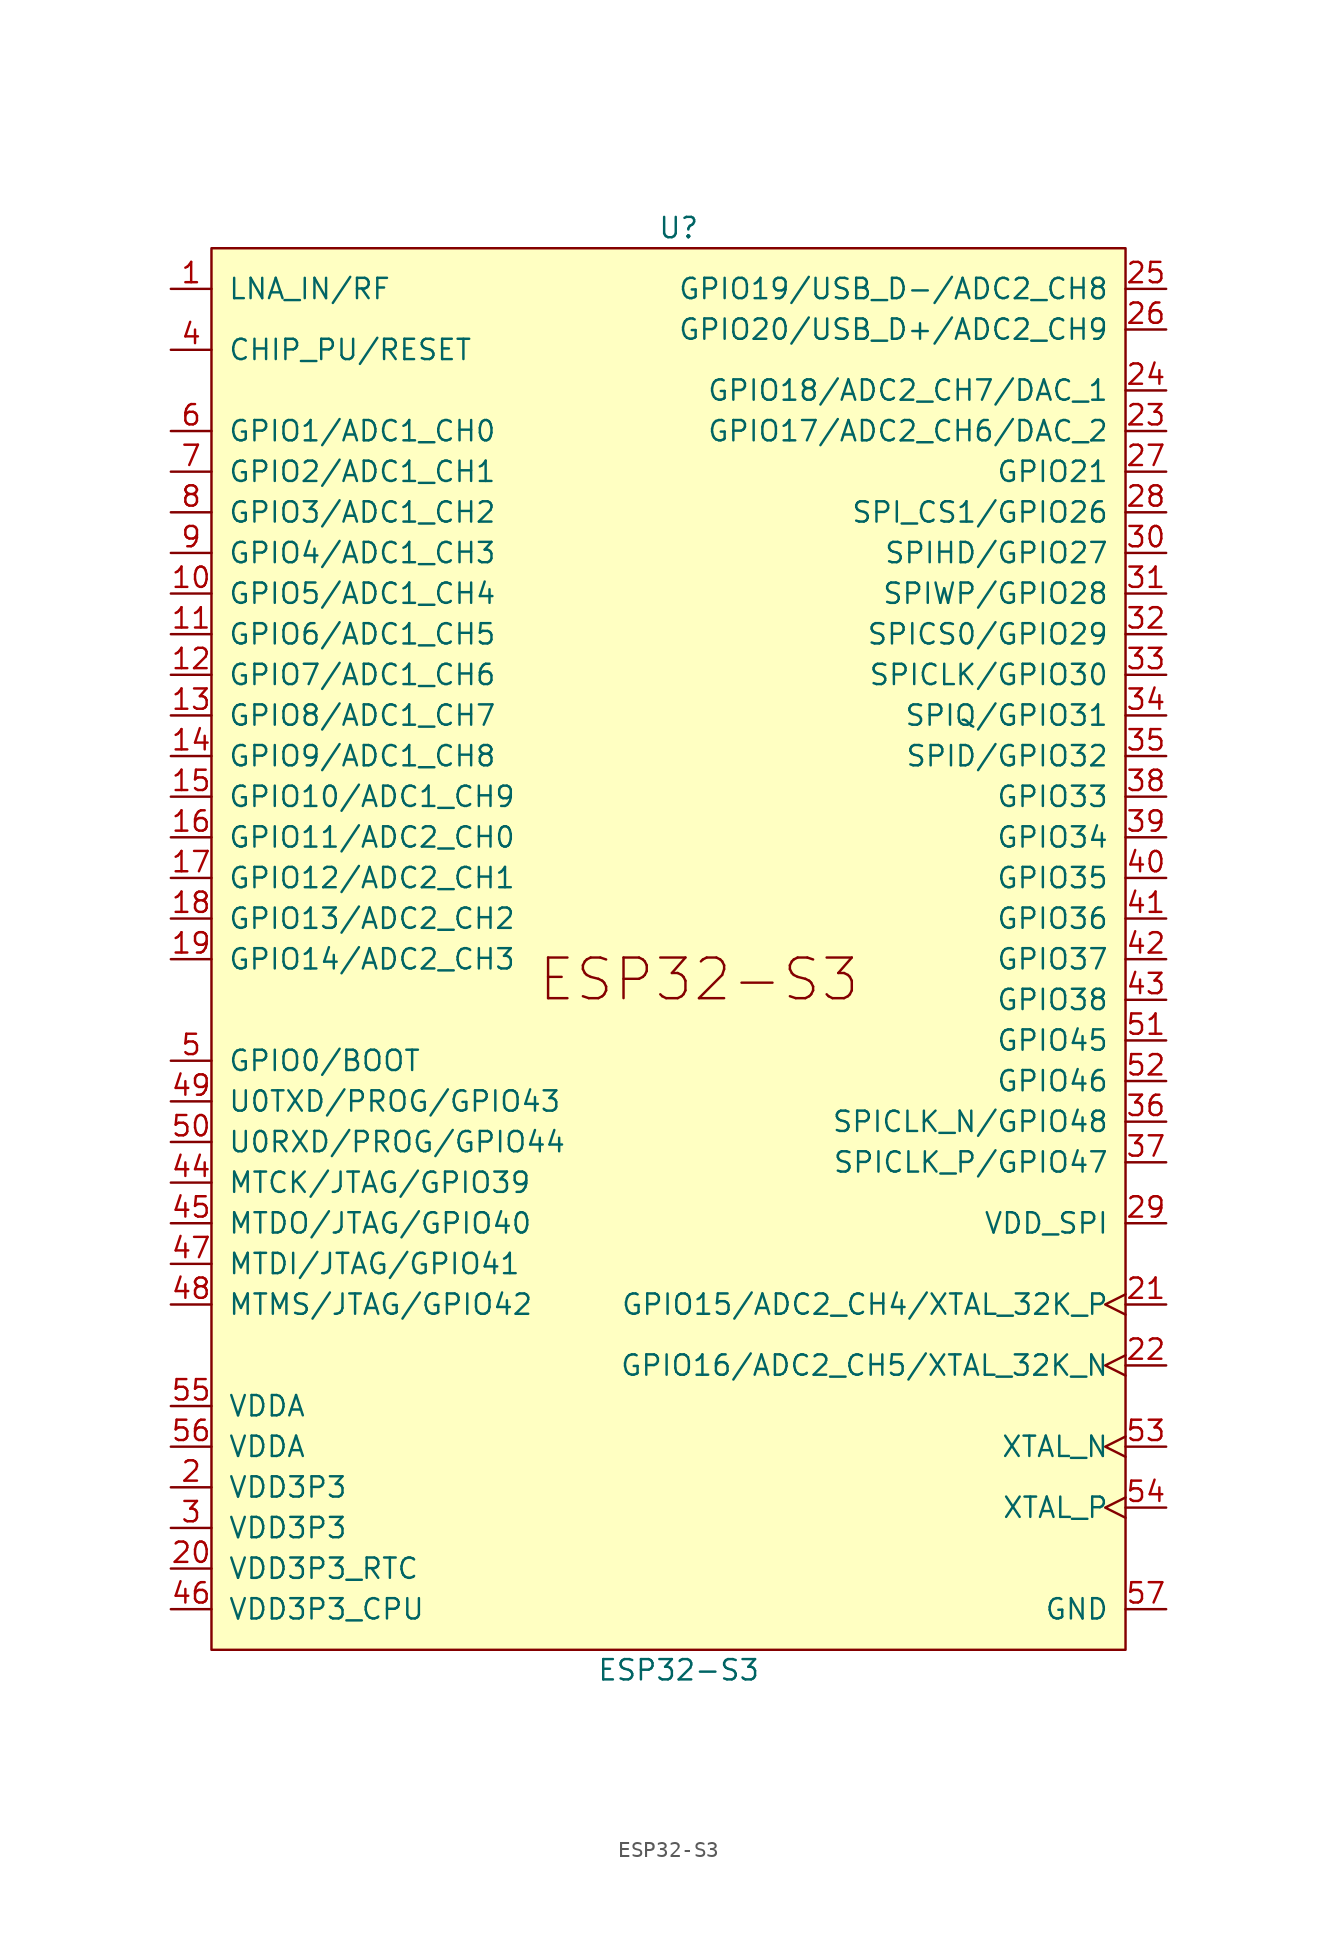
<source format=kicad_sym>
(kicad_symbol_lib
  (version 20211014)
  (generator kicad_symbol_editor)
  (symbol "ESP32-S3"
    (pin_names
      (offset 1.016))
    (property "Reference" "U"
      (at 0 46.99 0)
      (effects (font (size 1.27 1.27))))
    (property "Value" "ESP32-S3"
      (at 0 -43.18 0)
      (effects (font (size 1.27 1.27))))
    (symbol "ESP32-S3_0_0"
      (text "ESP32-S3" (at 1.27 0 0) (effects (font (size 2.54 2.54))))
      (pin bidirectional line (at 30.48 -8.89 180) (length 2.54) (name "SPICLK_N/GPIO48" (effects (font (size 1.27 1.27)))) (number "36" (effects (font (size 1.27 1.27)))))
      (pin bidirectional line (at 30.48 -11.43 180) (length 2.54) (name "SPICLK_P/GPIO47" (effects (font (size 1.27 1.27)))) (number "37" (effects (font (size 1.27 1.27))))))
    (symbol "ESP32-S3_0_1"
      (rectangle (start -29.21 45.72) (end 27.94 -41.91) (stroke (width 0) (type default) (color 0 0 0 0)) (fill (type background))))
    (symbol "ESP32-S3_1_1"
      (pin bidirectional line (at -31.75 43.18 0) (length 2.54) (name "LNA_IN/RF" (effects (font (size 1.27 1.27)))) (number "1" (effects (font (size 1.27 1.27)))))
      (pin bidirectional line (at -31.75 24.13 0) (length 2.54) (name "GPIO5/ADC1_CH4" (effects (font (size 1.27 1.27)))) (number "10" (effects (font (size 1.27 1.27)))))
      (pin bidirectional line (at -31.75 21.59 0) (length 2.54) (name "GPIO6/ADC1_CH5" (effects (font (size 1.27 1.27)))) (number "11" (effects (font (size 1.27 1.27)))))
      (pin bidirectional line (at -31.75 19.05 0) (length 2.54) (name "GPIO7/ADC1_CH6" (effects (font (size 1.27 1.27)))) (number "12" (effects (font (size 1.27 1.27)))))
      (pin bidirectional line (at -31.75 16.51 0) (length 2.54) (name "GPIO8/ADC1_CH7" (effects (font (size 1.27 1.27)))) (number "13" (effects (font (size 1.27 1.27)))))
      (pin bidirectional line (at -31.75 13.97 0) (length 2.54) (name "GPIO9/ADC1_CH8" (effects (font (size 1.27 1.27)))) (number "14" (effects (font (size 1.27 1.27)))))
      (pin bidirectional line (at -31.75 11.43 0) (length 2.54) (name "GPIO10/ADC1_CH9" (effects (font (size 1.27 1.27)))) (number "15" (effects (font (size 1.27 1.27)))))
      (pin bidirectional line (at -31.75 8.89 0) (length 2.54) (name "GPIO11/ADC2_CH0" (effects (font (size 1.27 1.27)))) (number "16" (effects (font (size 1.27 1.27)))))
      (pin bidirectional line (at -31.75 6.35 0) (length 2.54) (name "GPIO12/ADC2_CH1" (effects (font (size 1.27 1.27)))) (number "17" (effects (font (size 1.27 1.27)))))
      (pin bidirectional line (at -31.75 3.81 0) (length 2.54) (name "GPIO13/ADC2_CH2" (effects (font (size 1.27 1.27)))) (number "18" (effects (font (size 1.27 1.27)))))
      (pin bidirectional line (at -31.75 1.27 0) (length 2.54) (name "GPIO14/ADC2_CH3" (effects (font (size 1.27 1.27)))) (number "19" (effects (font (size 1.27 1.27)))))
      (pin power_in line (at -31.75 -31.75 0) (length 2.54) (name "VDD3P3" (effects (font (size 1.27 1.27)))) (number "2" (effects (font (size 1.27 1.27)))))
      (pin power_in line (at -31.75 -36.83 0) (length 2.54) (name "VDD3P3_RTC" (effects (font (size 1.27 1.27)))) (number "20" (effects (font (size 1.27 1.27)))))
      (pin input clock (at 30.48 -20.32 180) (length 2.54) (name "GPIO15/ADC2_CH4/XTAL_32K_P" (effects (font (size 1.27 1.27)))) (number "21" (effects (font (size 1.27 1.27)))))
      (pin output clock (at 30.48 -24.13 180) (length 2.54) (name "GPIO16/ADC2_CH5/XTAL_32K_N" (effects (font (size 1.27 1.27)))) (number "22" (effects (font (size 1.27 1.27)))))
      (pin bidirectional line (at 30.48 34.29 180) (length 2.54) (name "GPIO17/ADC2_CH6/DAC_2" (effects (font (size 1.27 1.27)))) (number "23" (effects (font (size 1.27 1.27)))))
      (pin bidirectional line (at 30.48 36.83 180) (length 2.54) (name "GPIO18/ADC2_CH7/DAC_1" (effects (font (size 1.27 1.27)))) (number "24" (effects (font (size 1.27 1.27)))))
      (pin bidirectional line (at 30.48 43.18 180) (length 2.54) (name "GPIO19/USB_D-/ADC2_CH8" (effects (font (size 1.27 1.27)))) (number "25" (effects (font (size 1.27 1.27)))))
      (pin bidirectional line (at 30.48 40.64 180) (length 2.54) (name "GPIO20/USB_D+/ADC2_CH9" (effects (font (size 1.27 1.27)))) (number "26" (effects (font (size 1.27 1.27)))))
      (pin bidirectional line (at 30.48 31.75 180) (length 2.54) (name "GPIO21" (effects (font (size 1.27 1.27)))) (number "27" (effects (font (size 1.27 1.27)))))
      (pin bidirectional line (at 30.48 29.21 180) (length 2.54) (name "SPI_CS1/GPIO26" (effects (font (size 1.27 1.27)))) (number "28" (effects (font (size 1.27 1.27)))))
      (pin power_out line (at 30.48 -15.24 180) (length 2.54) (name "VDD_SPI" (effects (font (size 1.27 1.27)))) (number "29" (effects (font (size 1.27 1.27)))))
      (pin power_in line (at -31.75 -34.29 0) (length 2.54) (name "VDD3P3" (effects (font (size 1.27 1.27)))) (number "3" (effects (font (size 1.27 1.27)))))
      (pin bidirectional line (at 30.48 26.67 180) (length 2.54) (name "SPIHD/GPIO27" (effects (font (size 1.27 1.27)))) (number "30" (effects (font (size 1.27 1.27)))))
      (pin bidirectional line (at 30.48 24.13 180) (length 2.54) (name "SPIWP/GPIO28" (effects (font (size 1.27 1.27)))) (number "31" (effects (font (size 1.27 1.27)))))
      (pin bidirectional line (at 30.48 21.59 180) (length 2.54) (name "SPICS0/GPIO29" (effects (font (size 1.27 1.27)))) (number "32" (effects (font (size 1.27 1.27)))))
      (pin bidirectional line (at 30.48 19.05 180) (length 2.54) (name "SPICLK/GPIO30" (effects (font (size 1.27 1.27)))) (number "33" (effects (font (size 1.27 1.27)))))
      (pin bidirectional line (at 30.48 16.51 180) (length 2.54) (name "SPIQ/GPIO31" (effects (font (size 1.27 1.27)))) (number "34" (effects (font (size 1.27 1.27)))))
      (pin bidirectional line (at 30.48 13.97 180) (length 2.54) (name "SPID/GPIO32" (effects (font (size 1.27 1.27)))) (number "35" (effects (font (size 1.27 1.27)))))
      (pin bidirectional line (at 30.48 11.43 180) (length 2.54) (name "GPIO33" (effects (font (size 1.27 1.27)))) (number "38" (effects (font (size 1.27 1.27)))))
      (pin bidirectional line (at 30.48 8.89 180) (length 2.54) (name "GPIO34" (effects (font (size 1.27 1.27)))) (number "39" (effects (font (size 1.27 1.27)))))
      (pin input line (at -31.75 39.37 0) (length 2.54) (name "CHIP_PU/RESET" (effects (font (size 1.27 1.27)))) (number "4" (effects (font (size 1.27 1.27)))))
      (pin bidirectional line (at 30.48 6.35 180) (length 2.54) (name "GPIO35" (effects (font (size 1.27 1.27)))) (number "40" (effects (font (size 1.27 1.27)))))
      (pin bidirectional line (at 30.48 3.81 180) (length 2.54) (name "GPIO36" (effects (font (size 1.27 1.27)))) (number "41" (effects (font (size 1.27 1.27)))))
      (pin bidirectional line (at 30.48 1.27 180) (length 2.54) (name "GPIO37" (effects (font (size 1.27 1.27)))) (number "42" (effects (font (size 1.27 1.27)))))
      (pin bidirectional line (at 30.48 -1.27 180) (length 2.54) (name "GPIO38" (effects (font (size 1.27 1.27)))) (number "43" (effects (font (size 1.27 1.27)))))
      (pin bidirectional line (at -31.75 -12.7 0) (length 2.54) (name "MTCK/JTAG/GPIO39" (effects (font (size 1.27 1.27)))) (number "44" (effects (font (size 1.27 1.27)))))
      (pin bidirectional line (at -31.75 -15.24 0) (length 2.54) (name "MTDO/JTAG/GPIO40" (effects (font (size 1.27 1.27)))) (number "45" (effects (font (size 1.27 1.27)))))
      (pin power_in line (at -31.75 -39.37 0) (length 2.54) (name "VDD3P3_CPU" (effects (font (size 1.27 1.27)))) (number "46" (effects (font (size 1.27 1.27)))))
      (pin bidirectional line (at -31.75 -17.78 0) (length 2.54) (name "MTDI/JTAG/GPIO41" (effects (font (size 1.27 1.27)))) (number "47" (effects (font (size 1.27 1.27)))))
      (pin bidirectional line (at -31.75 -20.32 0) (length 2.54) (name "MTMS/JTAG/GPIO42" (effects (font (size 1.27 1.27)))) (number "48" (effects (font (size 1.27 1.27)))))
      (pin bidirectional line (at -31.75 -7.62 0) (length 2.54) (name "U0TXD/PROG/GPIO43" (effects (font (size 1.27 1.27)))) (number "49" (effects (font (size 1.27 1.27)))))
      (pin bidirectional line (at -31.75 -5.08 0) (length 2.54) (name "GPIO0/BOOT" (effects (font (size 1.27 1.27)))) (number "5" (effects (font (size 1.27 1.27)))))
      (pin bidirectional line (at -31.75 -10.16 0) (length 2.54) (name "U0RXD/PROG/GPIO44" (effects (font (size 1.27 1.27)))) (number "50" (effects (font (size 1.27 1.27)))))
      (pin bidirectional line (at 30.48 -3.81 180) (length 2.54) (name "GPIO45" (effects (font (size 1.27 1.27)))) (number "51" (effects (font (size 1.27 1.27)))))
      (pin bidirectional line (at 30.48 -6.35 180) (length 2.54) (name "GPIO46" (effects (font (size 1.27 1.27)))) (number "52" (effects (font (size 1.27 1.27)))))
      (pin input clock (at 30.48 -29.21 180) (length 2.54) (name "XTAL_N" (effects (font (size 1.27 1.27)))) (number "53" (effects (font (size 1.27 1.27)))))
      (pin output clock (at 30.48 -33.02 180) (length 2.54) (name "XTAL_P" (effects (font (size 1.27 1.27)))) (number "54" (effects (font (size 1.27 1.27)))))
      (pin power_in line (at -31.75 -26.67 0) (length 2.54) (name "VDDA" (effects (font (size 1.27 1.27)))) (number "55" (effects (font (size 1.27 1.27)))))
      (pin power_in line (at -31.75 -29.21 0) (length 2.54) (name "VDDA" (effects (font (size 1.27 1.27)))) (number "56" (effects (font (size 1.27 1.27)))))
      (pin power_in line (at 30.48 -39.37 180) (length 2.54) (name "GND" (effects (font (size 1.27 1.27)))) (number "57" (effects (font (size 1.27 1.27)))))
      (pin bidirectional line (at -31.75 34.29 0) (length 2.54) (name "GPIO1/ADC1_CH0" (effects (font (size 1.27 1.27)))) (number "6" (effects (font (size 1.27 1.27)))))
      (pin bidirectional line (at -31.75 31.75 0) (length 2.54) (name "GPIO2/ADC1_CH1" (effects (font (size 1.27 1.27)))) (number "7" (effects (font (size 1.27 1.27)))))
      (pin bidirectional line (at -31.75 29.21 0) (length 2.54) (name "GPIO3/ADC1_CH2" (effects (font (size 1.27 1.27)))) (number "8" (effects (font (size 1.27 1.27)))))
      (pin bidirectional line (at -31.75 26.67 0) (length 2.54) (name "GPIO4/ADC1_CH3" (effects (font (size 1.27 1.27)))) (number "9" (effects (font (size 1.27 1.27))))))))
</source>
